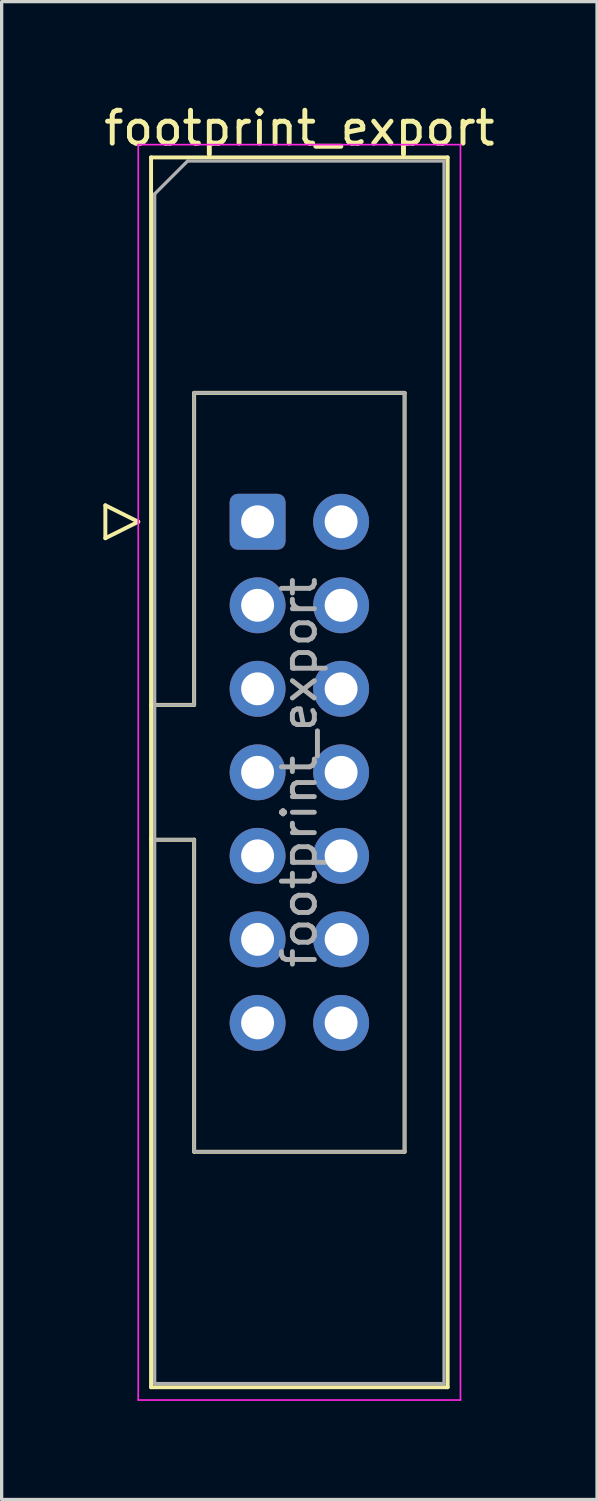
<source format=kicad_pcb>
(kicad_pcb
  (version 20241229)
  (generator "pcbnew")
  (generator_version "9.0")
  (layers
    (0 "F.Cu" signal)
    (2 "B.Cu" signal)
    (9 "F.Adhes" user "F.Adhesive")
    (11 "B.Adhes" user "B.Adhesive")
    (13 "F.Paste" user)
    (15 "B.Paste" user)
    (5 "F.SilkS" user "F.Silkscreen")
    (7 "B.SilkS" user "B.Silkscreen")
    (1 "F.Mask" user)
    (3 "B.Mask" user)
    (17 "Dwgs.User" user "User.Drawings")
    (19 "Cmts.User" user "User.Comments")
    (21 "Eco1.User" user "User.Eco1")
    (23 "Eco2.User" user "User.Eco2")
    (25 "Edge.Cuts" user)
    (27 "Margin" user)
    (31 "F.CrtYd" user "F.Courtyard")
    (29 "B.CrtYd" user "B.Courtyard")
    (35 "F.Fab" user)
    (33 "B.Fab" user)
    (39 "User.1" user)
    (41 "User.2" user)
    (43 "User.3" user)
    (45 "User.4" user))
  (footprint "footprint_export"
    (layer "F.Cu")
    (at 4.784 12.818)
    (property "Reference" "footprint_export" (at 1.27 -11.97 0) (layer "F.SilkS") (effects (font (size 1 1) (thickness 0.15))))
    (attr through_hole)
    (fp_line (start -4.63 -0.5) (end -4.63 0.5) (stroke (width 0.12) (type solid)) (layer "F.SilkS"))
    (fp_line (start -4.63 0.5) (end -3.63 0) (stroke (width 0.12) (type solid)) (layer "F.SilkS"))
    (fp_line (start -3.63 0) (end -4.63 -0.5) (stroke (width 0.12) (type solid)) (layer "F.SilkS"))
    (fp_line (start -3.24 -11.08) (end 5.78 -11.08) (stroke (width 0.12) (type solid)) (layer "F.SilkS"))
    (fp_line (start -3.24 5.57) (end -1.93 5.57) (stroke (width 0.12) (type solid)) (layer "F.SilkS"))
    (fp_line (start -3.24 26.32) (end -3.24 -11.08) (stroke (width 0.12) (type solid)) (layer "F.SilkS"))
    (fp_line (start -1.93 -3.92) (end 4.47 -3.92) (stroke (width 0.12) (type solid)) (layer "F.SilkS"))
    (fp_line (start -1.93 5.57) (end -1.93 -3.92) (stroke (width 0.12) (type solid)) (layer "F.SilkS"))
    (fp_line (start -1.93 9.67) (end -3.24 9.67) (stroke (width 0.12) (type solid)) (layer "F.SilkS"))
    (fp_line (start -1.93 9.67) (end -1.93 9.67) (stroke (width 0.12) (type solid)) (layer "F.SilkS"))
    (fp_line (start -1.93 19.16) (end -1.93 9.67) (stroke (width 0.12) (type solid)) (layer "F.SilkS"))
    (fp_line (start 4.47 -3.92) (end 4.47 19.16) (stroke (width 0.12) (type solid)) (layer "F.SilkS"))
    (fp_line (start 4.47 19.16) (end -1.93 19.16) (stroke (width 0.12) (type solid)) (layer "F.SilkS"))
    (fp_line (start 5.78 -11.08) (end 5.78 26.32) (stroke (width 0.12) (type solid)) (layer "F.SilkS"))
    (fp_line (start 5.78 26.32) (end -3.24 26.32) (stroke (width 0.12) (type solid)) (layer "F.SilkS"))
    (fp_line (start -3.63 -11.47) (end -3.63 26.71) (stroke (width 0.05) (type solid)) (layer "F.CrtYd"))
    (fp_line (start -3.63 26.71) (end 6.17 26.71) (stroke (width 0.05) (type solid)) (layer "F.CrtYd"))
    (fp_line (start 6.17 -11.47) (end -3.63 -11.47) (stroke (width 0.05) (type solid)) (layer "F.CrtYd"))
    (fp_line (start 6.17 26.71) (end 6.17 -11.47) (stroke (width 0.05) (type solid)) (layer "F.CrtYd"))
    (fp_line (start -3.13 -9.97) (end -2.13 -10.97) (stroke (width 0.1) (type solid)) (layer "F.Fab"))
    (fp_line (start -3.13 5.57) (end -1.93 5.57) (stroke (width 0.1) (type solid)) (layer "F.Fab"))
    (fp_line (start -3.13 26.21) (end -3.13 -9.97) (stroke (width 0.1) (type solid)) (layer "F.Fab"))
    (fp_line (start -2.13 -10.97) (end 5.67 -10.97) (stroke (width 0.1) (type solid)) (layer "F.Fab"))
    (fp_line (start -1.93 -3.92) (end 4.47 -3.92) (stroke (width 0.1) (type solid)) (layer "F.Fab"))
    (fp_line (start -1.93 5.57) (end -1.93 -3.92) (stroke (width 0.1) (type solid)) (layer "F.Fab"))
    (fp_line (start -1.93 9.67) (end -3.13 9.67) (stroke (width 0.1) (type solid)) (layer "F.Fab"))
    (fp_line (start -1.93 9.67) (end -1.93 9.67) (stroke (width 0.1) (type solid)) (layer "F.Fab"))
    (fp_line (start -1.93 19.16) (end -1.93 9.67) (stroke (width 0.1) (type solid)) (layer "F.Fab"))
    (fp_line (start 4.47 -3.92) (end 4.47 19.16) (stroke (width 0.1) (type solid)) (layer "F.Fab"))
    (fp_line (start 4.47 19.16) (end -1.93 19.16) (stroke (width 0.1) (type solid)) (layer "F.Fab"))
    (fp_line (start 5.67 -10.97) (end 5.67 26.21) (stroke (width 0.1) (type solid)) (layer "F.Fab"))
    (fp_line (start 5.67 26.21) (end -3.13 26.21) (stroke (width 0.1) (type solid)) (layer "F.Fab"))
    (fp_text user "${REFERENCE}" (at 1.27 7.62 90) (layer "F.Fab") (effects (font (size 1 1) (thickness 0.15))))
    (pad "1" thru_hole roundrect (at 0 0) (size 1.7 1.7) (drill 1) (layers "*.Cu" "*.Mask") (roundrect_rratio 0.147))
    (pad "2" thru_hole circle (at 2.54 0) (size 1.7 1.7) (drill 1) (layers "*.Cu" "*.Mask"))
    (pad "3" thru_hole circle (at 0 2.54) (size 1.7 1.7) (drill 1) (layers "*.Cu" "*.Mask"))
    (pad "4" thru_hole circle (at 2.54 2.54) (size 1.7 1.7) (drill 1) (layers "*.Cu" "*.Mask"))
    (pad "5" thru_hole circle (at 0 5.08) (size 1.7 1.7) (drill 1) (layers "*.Cu" "*.Mask"))
    (pad "6" thru_hole circle (at 2.54 5.08) (size 1.7 1.7) (drill 1) (layers "*.Cu" "*.Mask"))
    (pad "7" thru_hole circle (at 0 7.62) (size 1.7 1.7) (drill 1) (layers "*.Cu" "*.Mask"))
    (pad "8" thru_hole circle (at 2.54 7.62) (size 1.7 1.7) (drill 1) (layers "*.Cu" "*.Mask"))
    (pad "9" thru_hole circle (at 0 10.16) (size 1.7 1.7) (drill 1) (layers "*.Cu" "*.Mask"))
    (pad "10" thru_hole circle (at 2.54 10.16) (size 1.7 1.7) (drill 1) (layers "*.Cu" "*.Mask"))
    (pad "11" thru_hole circle (at 0 12.7) (size 1.7 1.7) (drill 1) (layers "*.Cu" "*.Mask"))
    (pad "12" thru_hole circle (at 2.54 12.7) (size 1.7 1.7) (drill 1) (layers "*.Cu" "*.Mask"))
    (pad "13" thru_hole circle (at 0 15.24) (size 1.7 1.7) (drill 1) (layers "*.Cu" "*.Mask"))
    (pad "14" thru_hole circle (at 2.54 15.24) (size 1.7 1.7) (drill 1) (layers "*.Cu" "*.Mask")))
  (gr_rect
    (start -3 -3)
    (end 15.107 42.553)
    (stroke (width 0.1) (type default))
    (fill no)
    (layer "Edge.Cuts")))
</source>
